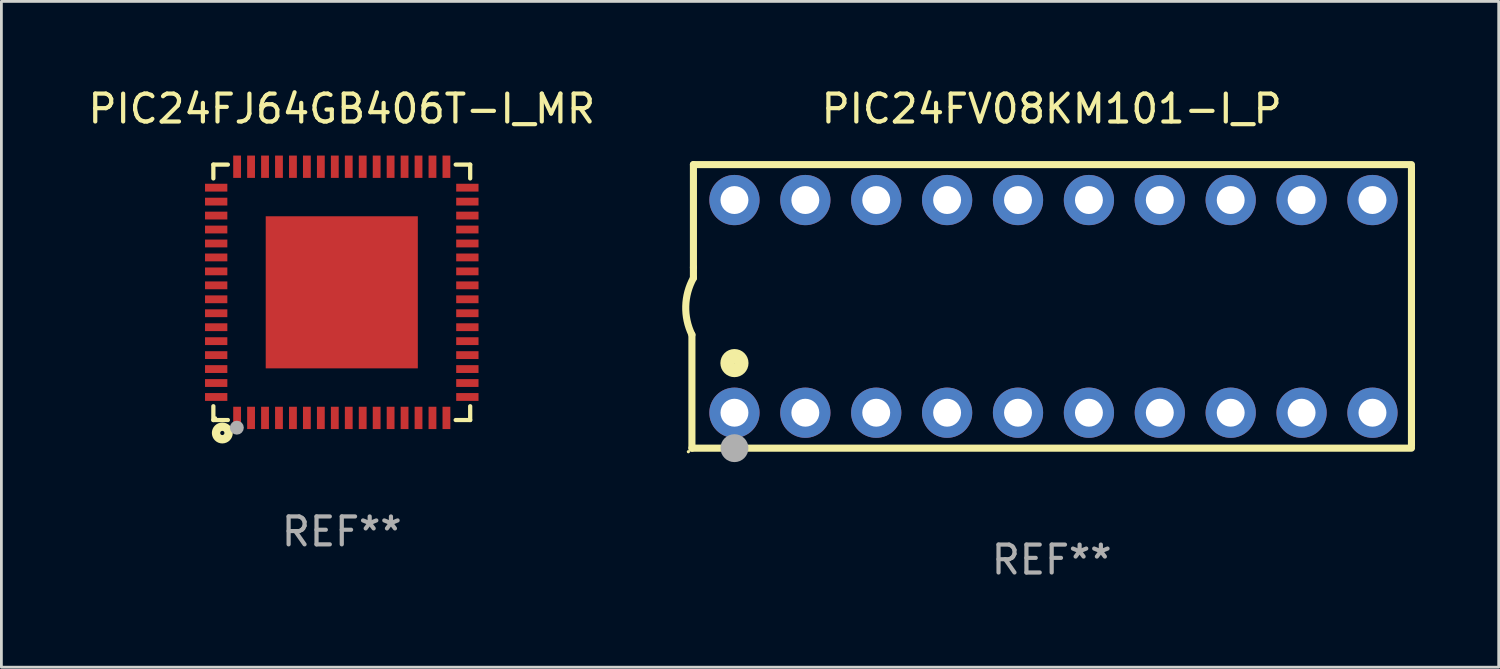
<source format=kicad_pcb>
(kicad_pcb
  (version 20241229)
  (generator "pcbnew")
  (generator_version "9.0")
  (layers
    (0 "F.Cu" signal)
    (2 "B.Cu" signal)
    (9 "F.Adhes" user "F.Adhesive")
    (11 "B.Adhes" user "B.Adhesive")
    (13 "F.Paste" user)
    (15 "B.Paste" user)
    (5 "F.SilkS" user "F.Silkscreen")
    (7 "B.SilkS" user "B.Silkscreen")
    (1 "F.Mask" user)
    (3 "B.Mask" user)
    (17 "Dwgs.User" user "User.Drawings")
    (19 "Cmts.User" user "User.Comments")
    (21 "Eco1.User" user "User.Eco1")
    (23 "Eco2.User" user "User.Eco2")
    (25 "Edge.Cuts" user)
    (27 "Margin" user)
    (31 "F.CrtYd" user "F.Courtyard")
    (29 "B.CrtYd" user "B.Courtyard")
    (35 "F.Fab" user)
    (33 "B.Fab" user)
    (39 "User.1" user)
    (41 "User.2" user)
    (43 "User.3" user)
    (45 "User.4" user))
  (footprint "PIC24FV08KM101-I_P"
    (layer "F.Cu")
    (at 34.633 7.928)
    (property "Reference" "PIC24FV08KM101-I_P" (at 0 -7.08 0) (layer "F.SilkS") (effects (font (size 1 1) (thickness 0.15))))
    (attr through_hole)
    (fp_line (start -12.891 5.08) (end -12.891 1.016) (stroke (width 0.254) (type solid)) (layer "F.SilkS"))
    (fp_line (start -12.891 5.08) (end 12.891 5.08) (stroke (width 0.254) (type solid)) (layer "F.SilkS"))
    (fp_line (start -12.837 -5.08) (end -12.837 -1.397) (stroke (width 0.254) (type solid)) (layer "F.SilkS"))
    (fp_line (start -12.837 -5.08) (end 12.891 -5.08) (stroke (width 0.254) (type solid)) (layer "F.SilkS"))
    (fp_line (start -12.837 -1.397) (end -12.837 -1.016) (stroke (width 0.254) (type solid)) (layer "F.SilkS"))
    (fp_line (start 12.891 -5) (end 12.891 5) (stroke (width 0.254) (type solid)) (layer "F.SilkS"))
    (fp_arc (start -12.890526 1.016002) (mid -13.111945 -0.006602) (end -12.836525 -1.016002) (stroke (width 0.254001) (type solid)) (layer "F.SilkS"))
    (fp_circle (center -13.018 5.207) (end -12.988 5.207) (stroke (width 0.06) (type solid)) (fill no) (layer "F.SilkS"))
    (fp_circle (center -11.367 2.032) (end -11.113 2.032) (stroke (width 0.5) (type solid)) (fill no) (layer "F.SilkS"))
    (fp_circle (center -11.367 5.08) (end -11.117 5.08) (stroke (width 0.5) (type solid)) (fill no) (layer "F.Fab"))
    (fp_text user "REF**" (at 0 9.08 0) (layer "F.Fab") (effects (font (size 1 1) (thickness 0.15))))
    (pad "1" thru_hole circle (at -11.367 3.81) (size 1.8 1.8) (drill 1) (layers "*.Cu" "*.Mask"))
    (pad "2" thru_hole circle (at -8.827 3.81) (size 1.8 1.8) (drill 1) (layers "*.Cu" "*.Mask"))
    (pad "3" thru_hole circle (at -6.287 3.81) (size 1.8 1.8) (drill 1) (layers "*.Cu" "*.Mask"))
    (pad "4" thru_hole circle (at -3.747 3.81) (size 1.8 1.8) (drill 1) (layers "*.Cu" "*.Mask"))
    (pad "5" thru_hole circle (at -1.207 3.81) (size 1.8 1.8) (drill 1) (layers "*.Cu" "*.Mask"))
    (pad "6" thru_hole circle (at 1.334 3.81) (size 1.8 1.8) (drill 1) (layers "*.Cu" "*.Mask"))
    (pad "7" thru_hole circle (at 3.874 3.81) (size 1.8 1.8) (drill 1) (layers "*.Cu" "*.Mask"))
    (pad "8" thru_hole circle (at 6.414 3.81) (size 1.8 1.8) (drill 1) (layers "*.Cu" "*.Mask"))
    (pad "9" thru_hole circle (at 8.954 3.81) (size 1.8 1.8) (drill 1) (layers "*.Cu" "*.Mask"))
    (pad "10" thru_hole circle (at 11.494 3.81) (size 1.8 1.8) (drill 1) (layers "*.Cu" "*.Mask"))
    (pad "11" thru_hole circle (at 11.494 -3.81) (size 1.8 1.8) (drill 1) (layers "*.Cu" "*.Mask"))
    (pad "12" thru_hole circle (at 8.954 -3.81) (size 1.8 1.8) (drill 1) (layers "*.Cu" "*.Mask"))
    (pad "13" thru_hole circle (at 6.414 -3.81) (size 1.8 1.8) (drill 1) (layers "*.Cu" "*.Mask"))
    (pad "14" thru_hole circle (at 3.874 -3.81) (size 1.8 1.8) (drill 1) (layers "*.Cu" "*.Mask"))
    (pad "15" thru_hole circle (at 1.334 -3.81) (size 1.8 1.8) (drill 1) (layers "*.Cu" "*.Mask"))
    (pad "16" thru_hole circle (at -1.207 -3.81) (size 1.8 1.8) (drill 1) (layers "*.Cu" "*.Mask"))
    (pad "17" thru_hole circle (at -3.747 -3.81) (size 1.8 1.8) (drill 1) (layers "*.Cu" "*.Mask"))
    (pad "18" thru_hole circle (at -6.287 -3.81) (size 1.8 1.8) (drill 1) (layers "*.Cu" "*.Mask"))
    (pad "19" thru_hole circle (at -8.827 -3.81) (size 1.8 1.8) (drill 1) (layers "*.Cu" "*.Mask"))
    (pad "20" thru_hole circle (at -11.367 -3.81) (size 1.8 1.8) (drill 1) (layers "*.Cu" "*.Mask")))
  (footprint "PIC24FJ64GB406T-I_MR"
    (layer "F.Cu")
    (at 9.196 7.424)
    (property "Reference" "PIC24FJ64GB406T-I_MR" (at 0 -6.576 0) (layer "F.SilkS") (effects (font (size 1 1) (thickness 0.15))))
    (attr through_hole)
    (fp_line (start -4.601 -4.576) (end -4.081 -4.576) (stroke (width 0.152) (type solid)) (layer "F.SilkS"))
    (fp_line (start -4.601 -4.081) (end -4.601 -4.576) (stroke (width 0.152) (type solid)) (layer "F.SilkS"))
    (fp_line (start -4.601 4.081) (end -4.601 4.576) (stroke (width 0.152) (type solid)) (layer "F.SilkS"))
    (fp_line (start -4.601 4.576) (end -4.081 4.576) (stroke (width 0.152) (type solid)) (layer "F.SilkS"))
    (fp_line (start 4.601 -4.576) (end 4.081 -4.576) (stroke (width 0.152) (type solid)) (layer "F.SilkS"))
    (fp_line (start 4.601 -4.081) (end 4.601 -4.576) (stroke (width 0.152) (type solid)) (layer "F.SilkS"))
    (fp_line (start 4.601 4.081) (end 4.601 4.576) (stroke (width 0.152) (type solid)) (layer "F.SilkS"))
    (fp_line (start 4.601 4.576) (end 4.081 4.576) (stroke (width 0.152) (type solid)) (layer "F.SilkS"))
    (fp_circle (center -4.525 4.5) (end -4.495 4.5) (stroke (width 0.06) (type solid)) (fill no) (layer "F.SilkS"))
    (fp_circle (center -4.28 5.04) (end -4.205 5.04) (stroke (width 0.3) (type solid)) (fill no) (layer "F.SilkS"))
    (fp_circle (center -3.76 4.85) (end -3.635 4.85) (stroke (width 0.25) (type solid)) (fill no) (layer "F.Fab"))
    (fp_text user "REF**" (at 0 8.576 0) (layer "F.Fab") (effects (font (size 1 1) (thickness 0.15))))
    (pad "1" smd rect (at -3.75 4.5) (size 0.28 0.8) (layers "F.Cu" "F.Mask" "F.Paste"))
    (pad "2" smd rect (at -3.25 4.5) (size 0.28 0.8) (layers "F.Cu" "F.Mask" "F.Paste"))
    (pad "3" smd rect (at -2.75 4.5) (size 0.28 0.8) (layers "F.Cu" "F.Mask" "F.Paste"))
    (pad "4" smd rect (at -2.25 4.5) (size 0.28 0.8) (layers "F.Cu" "F.Mask" "F.Paste"))
    (pad "5" smd rect (at -1.75 4.5) (size 0.28 0.8) (layers "F.Cu" "F.Mask" "F.Paste"))
    (pad "6" smd rect (at -1.25 4.5) (size 0.28 0.8) (layers "F.Cu" "F.Mask" "F.Paste"))
    (pad "7" smd rect (at -0.75 4.5) (size 0.28 0.8) (layers "F.Cu" "F.Mask" "F.Paste"))
    (pad "8" smd rect (at -0.25 4.5) (size 0.28 0.8) (layers "F.Cu" "F.Mask" "F.Paste"))
    (pad "9" smd rect (at 0.25 4.5) (size 0.28 0.8) (layers "F.Cu" "F.Mask" "F.Paste"))
    (pad "10" smd rect (at 0.75 4.5) (size 0.28 0.8) (layers "F.Cu" "F.Mask" "F.Paste"))
    (pad "11" smd rect (at 1.25 4.5) (size 0.28 0.8) (layers "F.Cu" "F.Mask" "F.Paste"))
    (pad "12" smd rect (at 1.75 4.5) (size 0.28 0.8) (layers "F.Cu" "F.Mask" "F.Paste"))
    (pad "13" smd rect (at 2.25 4.5) (size 0.28 0.8) (layers "F.Cu" "F.Mask" "F.Paste"))
    (pad "14" smd rect (at 2.75 4.5) (size 0.28 0.8) (layers "F.Cu" "F.Mask" "F.Paste"))
    (pad "15" smd rect (at 3.25 4.5) (size 0.28 0.8) (layers "F.Cu" "F.Mask" "F.Paste"))
    (pad "16" smd rect (at 3.75 4.5) (size 0.28 0.8) (layers "F.Cu" "F.Mask" "F.Paste"))
    (pad "17" smd rect (at 4.5 3.75) (size 0.8 0.28) (layers "F.Cu" "F.Mask" "F.Paste"))
    (pad "18" smd rect (at 4.5 3.25) (size 0.8 0.28) (layers "F.Cu" "F.Mask" "F.Paste"))
    (pad "19" smd rect (at 4.5 2.75) (size 0.8 0.28) (layers "F.Cu" "F.Mask" "F.Paste"))
    (pad "20" smd rect (at 4.5 2.25) (size 0.8 0.28) (layers "F.Cu" "F.Mask" "F.Paste"))
    (pad "21" smd rect (at 4.5 1.75) (size 0.8 0.28) (layers "F.Cu" "F.Mask" "F.Paste"))
    (pad "22" smd rect (at 4.5 1.25) (size 0.8 0.28) (layers "F.Cu" "F.Mask" "F.Paste"))
    (pad "23" smd rect (at 4.5 0.75) (size 0.8 0.28) (layers "F.Cu" "F.Mask" "F.Paste"))
    (pad "24" smd rect (at 4.5 0.25) (size 0.8 0.28) (layers "F.Cu" "F.Mask" "F.Paste"))
    (pad "25" smd rect (at 4.5 -0.25) (size 0.8 0.28) (layers "F.Cu" "F.Mask" "F.Paste"))
    (pad "26" smd rect (at 4.5 -0.75) (size 0.8 0.28) (layers "F.Cu" "F.Mask" "F.Paste"))
    (pad "27" smd rect (at 4.5 -1.25) (size 0.8 0.28) (layers "F.Cu" "F.Mask" "F.Paste"))
    (pad "28" smd rect (at 4.5 -1.75) (size 0.8 0.28) (layers "F.Cu" "F.Mask" "F.Paste"))
    (pad "29" smd rect (at 4.5 -2.25) (size 0.8 0.28) (layers "F.Cu" "F.Mask" "F.Paste"))
    (pad "30" smd rect (at 4.5 -2.75) (size 0.8 0.28) (layers "F.Cu" "F.Mask" "F.Paste"))
    (pad "31" smd rect (at 4.5 -3.25) (size 0.8 0.28) (layers "F.Cu" "F.Mask" "F.Paste"))
    (pad "32" smd rect (at 4.5 -3.75) (size 0.8 0.28) (layers "F.Cu" "F.Mask" "F.Paste"))
    (pad "33" smd rect (at 3.75 -4.5) (size 0.28 0.8) (layers "F.Cu" "F.Mask" "F.Paste"))
    (pad "34" smd rect (at 3.25 -4.5) (size 0.28 0.8) (layers "F.Cu" "F.Mask" "F.Paste"))
    (pad "35" smd rect (at 2.75 -4.5) (size 0.28 0.8) (layers "F.Cu" "F.Mask" "F.Paste"))
    (pad "36" smd rect (at 2.25 -4.5) (size 0.28 0.8) (layers "F.Cu" "F.Mask" "F.Paste"))
    (pad "37" smd rect (at 1.75 -4.5) (size 0.28 0.8) (layers "F.Cu" "F.Mask" "F.Paste"))
    (pad "38" smd rect (at 1.25 -4.5) (size 0.28 0.8) (layers "F.Cu" "F.Mask" "F.Paste"))
    (pad "39" smd rect (at 0.75 -4.5) (size 0.28 0.8) (layers "F.Cu" "F.Mask" "F.Paste"))
    (pad "40" smd rect (at 0.25 -4.5) (size 0.28 0.8) (layers "F.Cu" "F.Mask" "F.Paste"))
    (pad "41" smd rect (at -0.25 -4.5) (size 0.28 0.8) (layers "F.Cu" "F.Mask" "F.Paste"))
    (pad "42" smd rect (at -0.75 -4.5) (size 0.28 0.8) (layers "F.Cu" "F.Mask" "F.Paste"))
    (pad "43" smd rect (at -1.25 -4.5) (size 0.28 0.8) (layers "F.Cu" "F.Mask" "F.Paste"))
    (pad "44" smd rect (at -1.75 -4.5) (size 0.28 0.8) (layers "F.Cu" "F.Mask" "F.Paste"))
    (pad "45" smd rect (at -2.25 -4.5) (size 0.28 0.8) (layers "F.Cu" "F.Mask" "F.Paste"))
    (pad "46" smd rect (at -2.75 -4.5) (size 0.28 0.8) (layers "F.Cu" "F.Mask" "F.Paste"))
    (pad "47" smd rect (at -3.25 -4.5) (size 0.28 0.8) (layers "F.Cu" "F.Mask" "F.Paste"))
    (pad "48" smd rect (at -3.75 -4.5) (size 0.28 0.8) (layers "F.Cu" "F.Mask" "F.Paste"))
    (pad "49" smd rect (at -4.5 -3.75) (size 0.8 0.28) (layers "F.Cu" "F.Mask" "F.Paste"))
    (pad "50" smd rect (at -4.5 -3.25) (size 0.8 0.28) (layers "F.Cu" "F.Mask" "F.Paste"))
    (pad "51" smd rect (at -4.5 -2.75) (size 0.8 0.28) (layers "F.Cu" "F.Mask" "F.Paste"))
    (pad "52" smd rect (at -4.5 -2.25) (size 0.8 0.28) (layers "F.Cu" "F.Mask" "F.Paste"))
    (pad "53" smd rect (at -4.5 -1.75) (size 0.8 0.28) (layers "F.Cu" "F.Mask" "F.Paste"))
    (pad "54" smd rect (at -4.5 -1.25) (size 0.8 0.28) (layers "F.Cu" "F.Mask" "F.Paste"))
    (pad "55" smd rect (at -4.5 -0.75) (size 0.8 0.28) (layers "F.Cu" "F.Mask" "F.Paste"))
    (pad "56" smd rect (at -4.5 -0.25) (size 0.8 0.28) (layers "F.Cu" "F.Mask" "F.Paste"))
    (pad "57" smd rect (at -4.5 0.25) (size 0.8 0.28) (layers "F.Cu" "F.Mask" "F.Paste"))
    (pad "58" smd rect (at -4.5 0.75) (size 0.8 0.28) (layers "F.Cu" "F.Mask" "F.Paste"))
    (pad "59" smd rect (at -4.5 1.25) (size 0.8 0.28) (layers "F.Cu" "F.Mask" "F.Paste"))
    (pad "60" smd rect (at -4.5 1.75) (size 0.8 0.28) (layers "F.Cu" "F.Mask" "F.Paste"))
    (pad "61" smd rect (at -4.5 2.25) (size 0.8 0.28) (layers "F.Cu" "F.Mask" "F.Paste"))
    (pad "62" smd rect (at -4.5 2.75) (size 0.8 0.28) (layers "F.Cu" "F.Mask" "F.Paste"))
    (pad "63" smd rect (at -4.5 3.25) (size 0.8 0.28) (layers "F.Cu" "F.Mask" "F.Paste"))
    (pad "64" smd rect (at -4.5 3.75) (size 0.8 0.28) (layers "F.Cu" "F.Mask" "F.Paste"))
    (pad "65" smd rect (at 0 0) (size 5.45 5.45) (layers "F.Cu" "F.Mask" "F.Paste")))
  (gr_rect
    (start -3 -3)
    (end 50.65 20.857)
    (stroke (width 0.1) (type default))
    (fill no)
    (layer "Edge.Cuts")))
</source>
